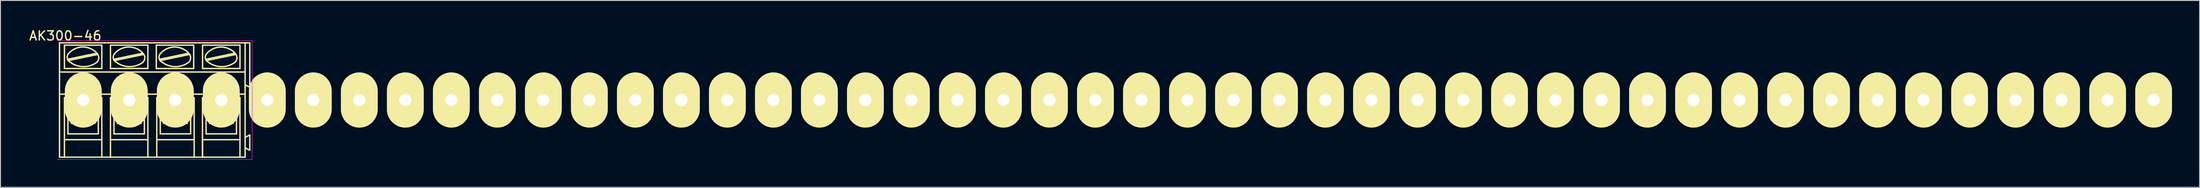
<source format=kicad_pcb>
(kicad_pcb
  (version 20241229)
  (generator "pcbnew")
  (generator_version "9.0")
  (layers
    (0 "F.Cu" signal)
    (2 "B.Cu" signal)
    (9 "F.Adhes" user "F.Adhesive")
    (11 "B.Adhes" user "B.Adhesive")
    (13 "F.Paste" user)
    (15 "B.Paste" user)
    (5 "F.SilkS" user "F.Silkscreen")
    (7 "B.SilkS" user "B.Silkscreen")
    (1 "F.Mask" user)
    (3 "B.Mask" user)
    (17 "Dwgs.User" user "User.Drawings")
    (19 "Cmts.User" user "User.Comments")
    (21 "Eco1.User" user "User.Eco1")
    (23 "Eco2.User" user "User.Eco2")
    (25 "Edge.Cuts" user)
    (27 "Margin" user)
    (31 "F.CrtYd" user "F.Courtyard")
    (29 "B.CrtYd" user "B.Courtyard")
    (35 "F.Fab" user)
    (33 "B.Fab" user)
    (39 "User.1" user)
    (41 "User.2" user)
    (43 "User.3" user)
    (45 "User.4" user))
  (footprint "AK300-46"
    (layer "F.Cu")
    (at 5.999 7.833)
    (property "Reference" "AK300-46" (at -1.945 -6.985 0) (layer "F.SilkS") (effects (font (size 1 1) (thickness 0.15))))
    (attr exclude_from_pos_files exclude_from_bom)
    (fp_line (start -2.58 -3.175) (end -2.58 -6.223) (stroke (width 0.15) (type solid)) (layer "F.SilkS"))
    (fp_line (start -2.58 -0.635) (end -2.58 -3.175) (stroke (width 0.15) (type solid)) (layer "F.SilkS"))
    (fp_line (start -2.58 6.223) (end -2.58 -0.635) (stroke (width 0.15) (type solid)) (layer "F.SilkS"))
    (fp_line (start -2.58 6.223) (end -2.047 6.223) (stroke (width 0.15) (type solid)) (layer "F.SilkS"))
    (fp_line (start -2.047 -3.429) (end -2.047 -5.969) (stroke (width 0.15) (type solid)) (layer "F.SilkS"))
    (fp_line (start -2.047 -0.254) (end -2.047 4.318) (stroke (width 0.15) (type solid)) (layer "F.SilkS"))
    (fp_line (start -2.047 -0.254) (end -1.666 -0.254) (stroke (width 0.15) (type solid)) (layer "F.SilkS"))
    (fp_line (start -2.047 4.318) (end -2.047 6.223) (stroke (width 0.15) (type solid)) (layer "F.SilkS"))
    (fp_line (start -2.047 6.223) (end 2.017 6.223) (stroke (width 0.15) (type solid)) (layer "F.SilkS"))
    (fp_line (start -1.666 0.508) (end -1.285 0.508) (stroke (width 0.15) (type solid)) (layer "F.SilkS"))
    (fp_line (start -1.666 3.683) (end -1.666 0.508) (stroke (width 0.15) (type solid)) (layer "F.SilkS"))
    (fp_line (start -1.64 -4.445) (end 1.41 -5.08) (stroke (width 0.15) (type solid)) (layer "F.SilkS"))
    (fp_line (start -1.513 -4.318) (end 1.535 -4.953) (stroke (width 0.15) (type solid)) (layer "F.SilkS"))
    (fp_line (start -1.285 -0.254) (end 1.255 -0.254) (stroke (width 0.15) (type solid)) (layer "F.SilkS"))
    (fp_line (start -1.285 2.54) (end -1.285 -0.254) (stroke (width 0.15) (type solid)) (layer "F.SilkS"))
    (fp_line (start -1.285 2.54) (end 1.255 2.54) (stroke (width 0.15) (type solid)) (layer "F.SilkS"))
    (fp_line (start 1.255 2.54) (end 1.255 -0.254) (stroke (width 0.15) (type solid)) (layer "F.SilkS"))
    (fp_line (start 1.636 -0.254) (end -1.666 -0.254) (stroke (width 0.15) (type solid)) (layer "F.SilkS"))
    (fp_line (start 1.636 0.508) (end 1.255 0.508) (stroke (width 0.15) (type solid)) (layer "F.SilkS"))
    (fp_line (start 1.636 3.683) (end -1.666 3.683) (stroke (width 0.15) (type solid)) (layer "F.SilkS"))
    (fp_line (start 1.636 3.683) (end 1.636 0.508) (stroke (width 0.15) (type solid)) (layer "F.SilkS"))
    (fp_line (start 2.017 -5.969) (end -2.047 -5.969) (stroke (width 0.15) (type solid)) (layer "F.SilkS"))
    (fp_line (start 2.017 -3.429) (end -2.047 -3.429) (stroke (width 0.15) (type solid)) (layer "F.SilkS"))
    (fp_line (start 2.017 -3.429) (end 2.017 -5.969) (stroke (width 0.15) (type solid)) (layer "F.SilkS"))
    (fp_line (start 2.017 -0.254) (end 1.636 -0.254) (stroke (width 0.15) (type solid)) (layer "F.SilkS"))
    (fp_line (start 2.017 4.318) (end -2.047 4.318) (stroke (width 0.15) (type solid)) (layer "F.SilkS"))
    (fp_line (start 2.017 4.318) (end 2.017 -0.254) (stroke (width 0.15) (type solid)) (layer "F.SilkS"))
    (fp_line (start 2.017 6.223) (end 2.017 4.318) (stroke (width 0.15) (type solid)) (layer "F.SilkS"))
    (fp_line (start 2.017 6.223) (end 2.957 6.223) (stroke (width 0.15) (type solid)) (layer "F.SilkS"))
    (fp_line (start 2.957 -5.969) (end 7.021 -5.969) (stroke (width 0.15) (type solid)) (layer "F.SilkS"))
    (fp_line (start 2.957 -3.429) (end 2.957 -5.969) (stroke (width 0.15) (type solid)) (layer "F.SilkS"))
    (fp_line (start 2.957 -0.254) (end 3.338 -0.254) (stroke (width 0.15) (type solid)) (layer "F.SilkS"))
    (fp_line (start 2.957 4.318) (end 2.957 -0.254) (stroke (width 0.15) (type solid)) (layer "F.SilkS"))
    (fp_line (start 2.957 4.318) (end 7.021 4.318) (stroke (width 0.15) (type solid)) (layer "F.SilkS"))
    (fp_line (start 2.957 6.223) (end 2.957 4.318) (stroke (width 0.15) (type solid)) (layer "F.SilkS"))
    (fp_line (start 2.957 6.223) (end 7.021 6.223) (stroke (width 0.15) (type solid)) (layer "F.SilkS"))
    (fp_line (start 3.338 -0.254) (end 6.64 -0.254) (stroke (width 0.15) (type solid)) (layer "F.SilkS"))
    (fp_line (start 3.338 0.508) (end 3.719 0.508) (stroke (width 0.15) (type solid)) (layer "F.SilkS"))
    (fp_line (start 3.338 3.683) (end 3.338 0.508) (stroke (width 0.15) (type solid)) (layer "F.SilkS"))
    (fp_line (start 3.364 -4.445) (end 6.412 -5.08) (stroke (width 0.15) (type solid)) (layer "F.SilkS"))
    (fp_line (start 3.491 -4.318) (end 6.539 -4.953) (stroke (width 0.15) (type solid)) (layer "F.SilkS"))
    (fp_line (start 3.719 -0.254) (end 6.259 -0.254) (stroke (width 0.15) (type solid)) (layer "F.SilkS"))
    (fp_line (start 3.719 2.54) (end 3.719 -0.254) (stroke (width 0.15) (type solid)) (layer "F.SilkS"))
    (fp_line (start 3.719 2.54) (end 6.259 2.54) (stroke (width 0.15) (type solid)) (layer "F.SilkS"))
    (fp_line (start 6.259 2.54) (end 6.259 -0.254) (stroke (width 0.15) (type solid)) (layer "F.SilkS"))
    (fp_line (start 6.64 0.508) (end 6.259 0.508) (stroke (width 0.15) (type solid)) (layer "F.SilkS"))
    (fp_line (start 6.64 3.683) (end 3.338 3.683) (stroke (width 0.15) (type solid)) (layer "F.SilkS"))
    (fp_line (start 6.64 3.683) (end 6.64 0.508) (stroke (width 0.15) (type solid)) (layer "F.SilkS"))
    (fp_line (start 7.021 -5.969) (end 7.021 -3.429) (stroke (width 0.15) (type solid)) (layer "F.SilkS"))
    (fp_line (start 7.021 -3.429) (end 2.957 -3.429) (stroke (width 0.15) (type solid)) (layer "F.SilkS"))
    (fp_line (start 7.021 -0.254) (end 6.64 -0.254) (stroke (width 0.15) (type solid)) (layer "F.SilkS"))
    (fp_line (start 7.021 -0.254) (end 7.021 4.318) (stroke (width 0.15) (type solid)) (layer "F.SilkS"))
    (fp_line (start 7.021 4.318) (end 7.021 6.223) (stroke (width 0.15) (type solid)) (layer "F.SilkS"))
    (fp_line (start 7.937 -5.969) (end 12.001 -5.969) (stroke (width 0.15) (type solid)) (layer "F.SilkS"))
    (fp_line (start 7.937 -3.429) (end 7.937 -5.969) (stroke (width 0.15) (type solid)) (layer "F.SilkS"))
    (fp_line (start 7.988 -0.254) (end 12.052 -0.254) (stroke (width 0.15) (type solid)) (layer "F.SilkS"))
    (fp_line (start 7.988 4.318) (end 12.052 4.318) (stroke (width 0.15) (type solid)) (layer "F.SilkS"))
    (fp_line (start 7.988 6.223) (end 7.988 -0.254) (stroke (width 0.15) (type solid)) (layer "F.SilkS"))
    (fp_line (start 8.344 -4.445) (end 11.392 -5.08) (stroke (width 0.15) (type solid)) (layer "F.SilkS"))
    (fp_line (start 8.369 0.508) (end 8.369 3.683) (stroke (width 0.15) (type solid)) (layer "F.SilkS"))
    (fp_line (start 8.369 0.508) (end 8.75 0.508) (stroke (width 0.15) (type solid)) (layer "F.SilkS"))
    (fp_line (start 8.369 3.683) (end 11.671 3.683) (stroke (width 0.15) (type solid)) (layer "F.SilkS"))
    (fp_line (start 8.471 -4.318) (end 11.519 -4.953) (stroke (width 0.15) (type solid)) (layer "F.SilkS"))
    (fp_line (start 8.75 -0.254) (end 8.75 2.54) (stroke (width 0.15) (type solid)) (layer "F.SilkS"))
    (fp_line (start 8.75 2.54) (end 11.29 2.54) (stroke (width 0.15) (type solid)) (layer "F.SilkS"))
    (fp_line (start 11.29 2.54) (end 11.29 -0.254) (stroke (width 0.15) (type solid)) (layer "F.SilkS"))
    (fp_line (start 11.671 0.508) (end 11.29 0.508) (stroke (width 0.15) (type solid)) (layer "F.SilkS"))
    (fp_line (start 11.671 3.683) (end 11.671 0.508) (stroke (width 0.15) (type solid)) (layer "F.SilkS"))
    (fp_line (start 12.001 -5.969) (end 12.001 -3.429) (stroke (width 0.15) (type solid)) (layer "F.SilkS"))
    (fp_line (start 12.001 -3.429) (end 7.937 -3.429) (stroke (width 0.15) (type solid)) (layer "F.SilkS"))
    (fp_line (start 12.052 6.223) (end 12.052 -0.254) (stroke (width 0.15) (type solid)) (layer "F.SilkS"))
    (fp_line (start 12.51 -0.635) (end 17.59 -0.635) (stroke (width 0.15) (type solid)) (layer "F.SilkS"))
    (fp_line (start 12.66 -0.635) (end -2.517 -0.635) (stroke (width 0.15) (type solid)) (layer "F.SilkS"))
    (fp_line (start 12.954 4) (end 12.954 -0.254) (stroke (width 0.15) (type solid)) (layer "F.SilkS"))
    (fp_line (start 12.954 4.064) (end 12.954 5.207) (stroke (width 0.15) (type solid)) (layer "F.SilkS"))
    (fp_line (start 12.954 5.207) (end 12.954 6.223) (stroke (width 0.15) (type solid)) (layer "F.SilkS"))
    (fp_line (start 12.967 -5.969) (end 17.031 -5.969) (stroke (width 0.15) (type solid)) (layer "F.SilkS"))
    (fp_line (start 12.967 -3.429) (end 12.967 -5.969) (stroke (width 0.15) (type solid)) (layer "F.SilkS"))
    (fp_line (start 12.967 -0.254) (end 13.348 -0.254) (stroke (width 0.15) (type solid)) (layer "F.SilkS"))
    (fp_line (start 12.967 4.318) (end 17.031 4.318) (stroke (width 0.15) (type solid)) (layer "F.SilkS"))
    (fp_line (start 12.967 6.223) (end 12.967 4.318) (stroke (width 0.15) (type solid)) (layer "F.SilkS"))
    (fp_line (start 13.168 6.223) (end 7.072 6.223) (stroke (width 0.15) (type solid)) (layer "F.SilkS"))
    (fp_line (start 13.348 -0.254) (end 16.65 -0.254) (stroke (width 0.15) (type solid)) (layer "F.SilkS"))
    (fp_line (start 13.348 0.508) (end 13.729 0.508) (stroke (width 0.15) (type solid)) (layer "F.SilkS"))
    (fp_line (start 13.348 3.683) (end 13.348 0.508) (stroke (width 0.15) (type solid)) (layer "F.SilkS"))
    (fp_line (start 13.374 -4.445) (end 16.422 -5.08) (stroke (width 0.15) (type solid)) (layer "F.SilkS"))
    (fp_line (start 13.501 -4.318) (end 16.549 -4.953) (stroke (width 0.15) (type solid)) (layer "F.SilkS"))
    (fp_line (start 13.729 -0.254) (end 16.269 -0.254) (stroke (width 0.15) (type solid)) (layer "F.SilkS"))
    (fp_line (start 13.729 2.54) (end 13.729 -0.254) (stroke (width 0.15) (type solid)) (layer "F.SilkS"))
    (fp_line (start 13.729 2.54) (end 16.269 2.54) (stroke (width 0.15) (type solid)) (layer "F.SilkS"))
    (fp_line (start 16.269 2.54) (end 16.269 -0.254) (stroke (width 0.15) (type solid)) (layer "F.SilkS"))
    (fp_line (start 16.65 0.508) (end 16.269 0.508) (stroke (width 0.15) (type solid)) (layer "F.SilkS"))
    (fp_line (start 16.65 3.683) (end 13.348 3.683) (stroke (width 0.15) (type solid)) (layer "F.SilkS"))
    (fp_line (start 16.65 3.683) (end 16.65 0.508) (stroke (width 0.15) (type solid)) (layer "F.SilkS"))
    (fp_line (start 16.955 6.223) (end 13.018 6.223) (stroke (width 0.15) (type solid)) (layer "F.SilkS"))
    (fp_line (start 17.031 -5.969) (end 17.031 -3.429) (stroke (width 0.15) (type solid)) (layer "F.SilkS"))
    (fp_line (start 17.031 -3.429) (end 12.967 -3.429) (stroke (width 0.15) (type solid)) (layer "F.SilkS"))
    (fp_line (start 17.031 -0.254) (end 16.65 -0.254) (stroke (width 0.15) (type solid)) (layer "F.SilkS"))
    (fp_line (start 17.031 -0.254) (end 17.031 4.318) (stroke (width 0.15) (type solid)) (layer "F.SilkS"))
    (fp_line (start 17.031 4.318) (end 17.031 6.223) (stroke (width 0.15) (type solid)) (layer "F.SilkS"))
    (fp_line (start 17.031 6.223) (end 17.59 6.223) (stroke (width 0.15) (type solid)) (layer "F.SilkS"))
    (fp_line (start 17.59 -6.223) (end 17.59 -3.175) (stroke (width 0.15) (type solid)) (layer "F.SilkS"))
    (fp_line (start 17.59 -6.223) (end 18.098 -6.223) (stroke (width 0.15) (type solid)) (layer "F.SilkS"))
    (fp_line (start 17.59 -3.175) (end 17.59 -1.651) (stroke (width 0.15) (type solid)) (layer "F.SilkS"))
    (fp_line (start 17.59 -3.048) (end -2.58 -3.048) (stroke (width 0.15) (type solid)) (layer "F.SilkS"))
    (fp_line (start 17.59 -1.651) (end 17.59 -0.635) (stroke (width 0.15) (type solid)) (layer "F.SilkS"))
    (fp_line (start 17.59 -0.635) (end 17.59 4.064) (stroke (width 0.15) (type solid)) (layer "F.SilkS"))
    (fp_line (start 17.59 4.064) (end 17.59 5.207) (stroke (width 0.15) (type solid)) (layer "F.SilkS"))
    (fp_line (start 17.59 5.207) (end 17.59 6.223) (stroke (width 0.15) (type solid)) (layer "F.SilkS"))
    (fp_line (start 17.74 -6.223) (end -2.58 -6.223) (stroke (width 0.15) (type solid)) (layer "F.SilkS"))
    (fp_line (start 18.098 -6.223) (end 18.098 -1.397) (stroke (width 0.15) (type solid)) (layer "F.SilkS"))
    (fp_line (start 18.098 -1.397) (end 17.59 -1.651) (stroke (width 0.15) (type solid)) (layer "F.SilkS"))
    (fp_line (start 18.098 3.81) (end 17.59 4.064) (stroke (width 0.15) (type solid)) (layer "F.SilkS"))
    (fp_line (start 18.098 3.81) (end 18.098 5.461) (stroke (width 0.15) (type solid)) (layer "F.SilkS"))
    (fp_line (start 18.098 5.461) (end 17.59 5.207) (stroke (width 0.15) (type solid)) (layer "F.SilkS"))
    (fp_arc (start -1.6402 -5.0038) (mid -0.075347 -5.768837) (end 1.516573 -5.061847) (stroke (width 0.15) (type solid)) (layer "F.SilkS"))
    (fp_arc (start -1.44462 -4.1275) (mid -1.742784 -4.553845) (end -1.58952 -5.051019) (stroke (width 0.15) (type solid)) (layer "F.SilkS"))
    (fp_arc (start 1.50178 -4.11734) (mid -0.000269 -3.630479) (end -1.485988 -4.165104) (stroke (width 0.15) (type solid)) (layer "F.SilkS"))
    (fp_arc (start 1.5094 -5.05206) (mid 1.683736 -4.555962) (end 1.45415 -4.08289) (stroke (width 0.15) (type solid)) (layer "F.SilkS"))
    (fp_arc (start 3.3636 -5.0038) (mid 4.926638 -5.764946) (end 6.514411 -5.056844) (stroke (width 0.15) (type solid)) (layer "F.SilkS"))
    (fp_arc (start 3.55664 -4.1275) (mid 3.259456 -4.555849) (end 3.414903 -5.053481) (stroke (width 0.15) (type solid)) (layer "F.SilkS"))
    (fp_arc (start 6.50304 -4.11734) (mid 5.000991 -3.630479) (end 3.515272 -4.165104) (stroke (width 0.15) (type solid)) (layer "F.SilkS"))
    (fp_arc (start 6.51066 -5.05206) (mid 6.685748 -4.557765) (end 6.457972 -4.085429) (stroke (width 0.15) (type solid)) (layer "F.SilkS"))
    (fp_arc (start 8.3436 -5.0038) (mid 9.906638 -5.764946) (end 11.494411 -5.056844) (stroke (width 0.15) (type solid)) (layer "F.SilkS"))
    (fp_arc (start 8.53664 -4.1275) (mid 8.239456 -4.555849) (end 8.394903 -5.053481) (stroke (width 0.15) (type solid)) (layer "F.SilkS"))
    (fp_arc (start 11.48304 -4.11734) (mid 9.980991 -3.630479) (end 8.495272 -4.165104) (stroke (width 0.15) (type solid)) (layer "F.SilkS"))
    (fp_arc (start 11.49066 -5.05206) (mid 11.665748 -4.557765) (end 11.437972 -4.085429) (stroke (width 0.15) (type solid)) (layer "F.SilkS"))
    (fp_arc (start 13.3736 -5.0038) (mid 14.936638 -5.764946) (end 16.524411 -5.056844) (stroke (width 0.15) (type solid)) (layer "F.SilkS"))
    (fp_arc (start 13.56664 -4.1275) (mid 13.269456 -4.555849) (end 13.424903 -5.053481) (stroke (width 0.15) (type solid)) (layer "F.SilkS"))
    (fp_arc (start 16.51304 -4.11734) (mid 15.010991 -3.630479) (end 13.525272 -4.165104) (stroke (width 0.15) (type solid)) (layer "F.SilkS"))
    (fp_arc (start 16.52066 -5.05206) (mid 16.695748 -4.557765) (end 16.467972 -4.085429) (stroke (width 0.15) (type solid)) (layer "F.SilkS"))
    (fp_line (start -2.83 -6.473) (end 18.35 -6.473) (stroke (width 0.05) (type solid)) (layer "F.CrtYd"))
    (fp_line (start -2.83 6.473) (end 18.35 6.473) (stroke (width 0.05) (type solid)) (layer "F.CrtYd"))
    (fp_line (start 18.35 -6.473) (end 18.35 6.473) (stroke (width 0.05) (type solid)) (layer "F.CrtYd"))
    (pad "1" thru_hole oval (at 0 0) (size 4 6) (drill 1.321) (layers "*.Cu" "F.Mask" "F.SilkS" "F.Paste"))
    (pad "2" thru_hole oval (at 5 0) (size 4 6) (drill 1.321) (layers "*.Cu" "F.Mask" "F.SilkS" "F.Paste"))
    (pad "3" thru_hole oval (at 10 0) (size 4 6) (drill 1.321) (layers "*.Cu" "F.Mask" "F.SilkS" "F.Paste"))
    (pad "4" thru_hole oval (at 15 0) (size 4 6) (drill 1.321) (layers "*.Cu" "F.Mask" "F.SilkS" "F.Paste"))
    (pad "5" thru_hole oval (at 20 0) (size 4 6) (drill 1.321) (layers "*.Cu" "F.Mask" "F.SilkS" "F.Paste"))
    (pad "6" thru_hole oval (at 25 0) (size 4 6) (drill 1.321) (layers "*.Cu" "F.Mask" "F.SilkS" "F.Paste"))
    (pad "7" thru_hole oval (at 30 0) (size 4 6) (drill 1.321) (layers "*.Cu" "F.Mask" "F.SilkS" "F.Paste"))
    (pad "8" thru_hole oval (at 35 0) (size 4 6) (drill 1.321) (layers "*.Cu" "F.Mask" "F.SilkS" "F.Paste"))
    (pad "9" thru_hole oval (at 40 0) (size 4 6) (drill 1.321) (layers "*.Cu" "F.Mask" "F.SilkS" "F.Paste"))
    (pad "10" thru_hole oval (at 45 0) (size 4 6) (drill 1.321) (layers "*.Cu" "F.Mask" "F.SilkS" "F.Paste"))
    (pad "11" thru_hole oval (at 50 0) (size 4 6) (drill 1.321) (layers "*.Cu" "F.Mask" "F.SilkS" "F.Paste"))
    (pad "12" thru_hole oval (at 55 0) (size 4 6) (drill 1.321) (layers "*.Cu" "F.Mask" "F.SilkS" "F.Paste"))
    (pad "13" thru_hole oval (at 60 0) (size 4 6) (drill 1.321) (layers "*.Cu" "F.Mask" "F.SilkS" "F.Paste"))
    (pad "14" thru_hole oval (at 65 0) (size 4 6) (drill 1.321) (layers "*.Cu" "F.Mask" "F.SilkS" "F.Paste"))
    (pad "15" thru_hole oval (at 70 0) (size 4 6) (drill 1.321) (layers "*.Cu" "F.Mask" "F.SilkS" "F.Paste"))
    (pad "16" thru_hole oval (at 75 0) (size 4 6) (drill 1.321) (layers "*.Cu" "F.Mask" "F.SilkS" "F.Paste"))
    (pad "17" thru_hole oval (at 80 0) (size 4 6) (drill 1.321) (layers "*.Cu" "F.Mask" "F.SilkS" "F.Paste"))
    (pad "18" thru_hole oval (at 85 0) (size 4 6) (drill 1.321) (layers "*.Cu" "F.Mask" "F.SilkS" "F.Paste"))
    (pad "19" thru_hole oval (at 90 0) (size 4 6) (drill 1.321) (layers "*.Cu" "F.Mask" "F.SilkS" "F.Paste"))
    (pad "20" thru_hole oval (at 95 0) (size 4 6) (drill 1.321) (layers "*.Cu" "F.Mask" "F.SilkS" "F.Paste"))
    (pad "21" thru_hole oval (at 100 0) (size 4 6) (drill 1.321) (layers "*.Cu" "F.Mask" "F.SilkS" "F.Paste"))
    (pad "22" thru_hole oval (at 105 0) (size 4 6) (drill 1.321) (layers "*.Cu" "F.Mask" "F.SilkS" "F.Paste"))
    (pad "23" thru_hole oval (at 110 0) (size 4 6) (drill 1.321) (layers "*.Cu" "F.Mask" "F.SilkS" "F.Paste"))
    (pad "24" thru_hole oval (at 115 0) (size 4 6) (drill 1.321) (layers "*.Cu" "F.Mask" "F.SilkS" "F.Paste"))
    (pad "25" thru_hole oval (at 120 0) (size 4 6) (drill 1.321) (layers "*.Cu" "F.Mask" "F.SilkS" "F.Paste"))
    (pad "26" thru_hole oval (at 125 0) (size 4 6) (drill 1.321) (layers "*.Cu" "F.Mask" "F.SilkS" "F.Paste"))
    (pad "27" thru_hole oval (at 130 0) (size 4 6) (drill 1.321) (layers "*.Cu" "F.Mask" "F.SilkS" "F.Paste"))
    (pad "28" thru_hole oval (at 135 0) (size 4 6) (drill 1.321) (layers "*.Cu" "F.Mask" "F.SilkS" "F.Paste"))
    (pad "29" thru_hole oval (at 140 0) (size 4 6) (drill 1.321) (layers "*.Cu" "F.Mask" "F.SilkS" "F.Paste"))
    (pad "30" thru_hole oval (at 145 0) (size 4 6) (drill 1.321) (layers "*.Cu" "F.Mask" "F.SilkS" "F.Paste"))
    (pad "31" thru_hole oval (at 150 0) (size 4 6) (drill 1.321) (layers "*.Cu" "F.Mask" "F.SilkS" "F.Paste"))
    (pad "32" thru_hole oval (at 155 0) (size 4 6) (drill 1.321) (layers "*.Cu" "F.Mask" "F.SilkS" "F.Paste"))
    (pad "33" thru_hole oval (at 160 0) (size 4 6) (drill 1.321) (layers "*.Cu" "F.Mask" "F.SilkS" "F.Paste"))
    (pad "34" thru_hole oval (at 165 0) (size 4 6) (drill 1.321) (layers "*.Cu" "F.Mask" "F.SilkS" "F.Paste"))
    (pad "35" thru_hole oval (at 170 0) (size 4 6) (drill 1.321) (layers "*.Cu" "F.Mask" "F.SilkS" "F.Paste"))
    (pad "36" thru_hole oval (at 175 0) (size 4 6) (drill 1.321) (layers "*.Cu" "F.Mask" "F.SilkS" "F.Paste"))
    (pad "37" thru_hole oval (at 180 0) (size 4 6) (drill 1.321) (layers "*.Cu" "F.Mask" "F.SilkS" "F.Paste"))
    (pad "38" thru_hole oval (at 185 0) (size 4 6) (drill 1.321) (layers "*.Cu" "F.Mask" "F.SilkS" "F.Paste"))
    (pad "39" thru_hole oval (at 190 0) (size 4 6) (drill 1.321) (layers "*.Cu" "F.Mask" "F.SilkS" "F.Paste"))
    (pad "40" thru_hole oval (at 195 0) (size 4 6) (drill 1.321) (layers "*.Cu" "F.Mask" "F.SilkS" "F.Paste"))
    (pad "41" thru_hole oval (at 200 0) (size 4 6) (drill 1.321) (layers "*.Cu" "F.Mask" "F.SilkS" "F.Paste"))
    (pad "42" thru_hole oval (at 205 0) (size 4 6) (drill 1.321) (layers "*.Cu" "F.Mask" "F.SilkS" "F.Paste"))
    (pad "43" thru_hole oval (at 210 0) (size 4 6) (drill 1.321) (layers "*.Cu" "F.Mask" "F.SilkS" "F.Paste"))
    (pad "44" thru_hole oval (at 215 0) (size 4 6) (drill 1.321) (layers "*.Cu" "F.Mask" "F.SilkS" "F.Paste"))
    (pad "45" thru_hole oval (at 220 0) (size 4 6) (drill 1.321) (layers "*.Cu" "F.Mask" "F.SilkS" "F.Paste"))
    (pad "46" thru_hole oval (at 225 0) (size 4 6) (drill 1.321) (layers "*.Cu" "F.Mask" "F.SilkS" "F.Paste")))
  (gr_rect
    (start -3 -3)
    (end 235.999 17.331)
    (stroke (width 0.1) (type default))
    (fill no)
    (layer "Edge.Cuts")))
</source>
